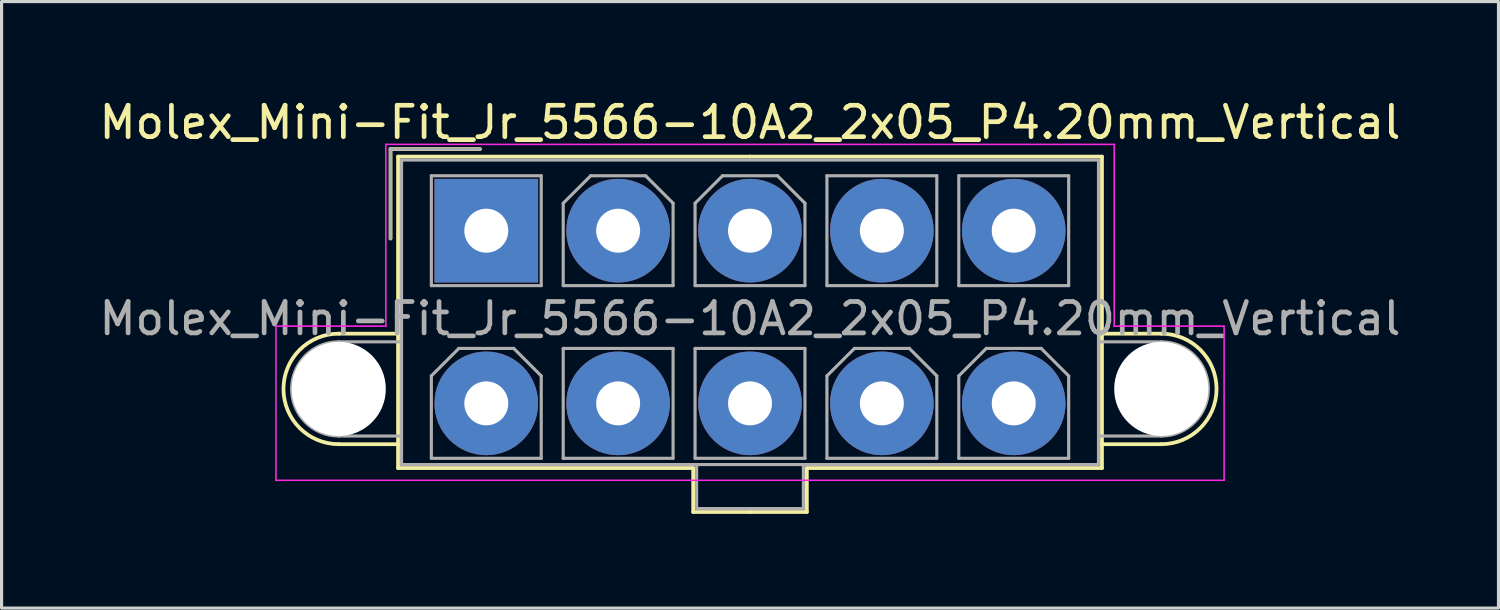
<source format=kicad_pcb>
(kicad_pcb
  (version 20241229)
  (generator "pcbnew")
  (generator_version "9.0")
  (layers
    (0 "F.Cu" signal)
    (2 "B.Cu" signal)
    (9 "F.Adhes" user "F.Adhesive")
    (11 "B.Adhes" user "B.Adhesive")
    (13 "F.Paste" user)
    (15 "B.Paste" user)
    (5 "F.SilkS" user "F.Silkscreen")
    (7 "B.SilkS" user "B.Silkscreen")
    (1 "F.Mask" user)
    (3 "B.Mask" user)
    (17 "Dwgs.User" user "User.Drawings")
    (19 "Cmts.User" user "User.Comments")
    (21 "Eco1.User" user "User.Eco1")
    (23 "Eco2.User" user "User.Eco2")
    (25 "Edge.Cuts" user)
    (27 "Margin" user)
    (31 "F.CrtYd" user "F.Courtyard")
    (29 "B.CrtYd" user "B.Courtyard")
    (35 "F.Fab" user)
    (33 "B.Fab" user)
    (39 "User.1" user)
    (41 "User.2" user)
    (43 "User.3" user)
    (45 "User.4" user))
  (footprint "Molex_Mini-Fit_Jr_5566-10A2_2x05_P4.20mm_Vertical"
    (layer "F.Cu")
    (at 12.439 4.298)
    (property "Reference" "Molex_Mini-Fit_Jr_5566-10A2_2x05_P4.20mm_Vertical" (at 8.4 -3.45 0) (layer "F.SilkS") (effects (font (size 1 1) (thickness 0.15))))
    (attr through_hole)
    (fp_line (start -4.7 3.28) (end -2.81 3.28) (stroke (width 0.12) (type solid)) (layer "F.SilkS"))
    (fp_line (start -4.7 6.8) (end -2.81 6.8) (stroke (width 0.12) (type solid)) (layer "F.SilkS"))
    (fp_line (start -3.05 -2.6) (end -3.05 0.25) (stroke (width 0.12) (type solid)) (layer "F.SilkS"))
    (fp_line (start -2.81 -2.36) (end -2.81 7.56) (stroke (width 0.12) (type solid)) (layer "F.SilkS"))
    (fp_line (start -2.81 7.56) (end 6.59 7.56) (stroke (width 0.12) (type solid)) (layer "F.SilkS"))
    (fp_line (start -0.2 -2.6) (end -3.05 -2.6) (stroke (width 0.12) (type solid)) (layer "F.SilkS"))
    (fp_line (start 6.59 7.56) (end 6.59 8.96) (stroke (width 0.12) (type solid)) (layer "F.SilkS"))
    (fp_line (start 6.59 8.96) (end 8.4 8.96) (stroke (width 0.12) (type solid)) (layer "F.SilkS"))
    (fp_line (start 8.4 -2.36) (end -2.81 -2.36) (stroke (width 0.12) (type solid)) (layer "F.SilkS"))
    (fp_line (start 8.4 -2.36) (end 19.61 -2.36) (stroke (width 0.12) (type solid)) (layer "F.SilkS"))
    (fp_line (start 10.21 7.56) (end 10.21 8.96) (stroke (width 0.12) (type solid)) (layer "F.SilkS"))
    (fp_line (start 10.21 8.96) (end 8.4 8.96) (stroke (width 0.12) (type solid)) (layer "F.SilkS"))
    (fp_line (start 19.61 -2.36) (end 19.61 7.56) (stroke (width 0.12) (type solid)) (layer "F.SilkS"))
    (fp_line (start 19.61 7.56) (end 10.21 7.56) (stroke (width 0.12) (type solid)) (layer "F.SilkS"))
    (fp_line (start 21.5 3.28) (end 19.61 3.28) (stroke (width 0.12) (type solid)) (layer "F.SilkS"))
    (fp_line (start 21.5 6.8) (end 19.61 6.8) (stroke (width 0.12) (type solid)) (layer "F.SilkS"))
    (fp_arc (start -4.7 6.8) (mid -6.46 5.04) (end -4.7 3.28) (stroke (width 0.12) (type solid)) (layer "F.SilkS"))
    (fp_arc (start 21.5 3.28) (mid 23.26 5.04) (end 21.5 6.8) (stroke (width 0.12) (type solid)) (layer "F.SilkS"))
    (fp_line (start -6.7 3.04) (end -6.7 7.95) (stroke (width 0.05) (type solid)) (layer "F.CrtYd"))
    (fp_line (start -6.7 7.95) (end 23.5 7.95) (stroke (width 0.05) (type solid)) (layer "F.CrtYd"))
    (fp_line (start -3.2 -2.75) (end -3.2 3.04) (stroke (width 0.05) (type solid)) (layer "F.CrtYd"))
    (fp_line (start -3.2 3.04) (end -6.7 3.04) (stroke (width 0.05) (type solid)) (layer "F.CrtYd"))
    (fp_line (start 20 -2.75) (end -3.2 -2.75) (stroke (width 0.05) (type solid)) (layer "F.CrtYd"))
    (fp_line (start 20 3.04) (end 20 -2.75) (stroke (width 0.05) (type solid)) (layer "F.CrtYd"))
    (fp_line (start 23.5 3.04) (end 20 3.04) (stroke (width 0.05) (type solid)) (layer "F.CrtYd"))
    (fp_line (start 23.5 7.95) (end 23.5 3.04) (stroke (width 0.05) (type solid)) (layer "F.CrtYd"))
    (fp_line (start -4.7 3.54) (end -2.7 3.54) (stroke (width 0.1) (type solid)) (layer "F.Fab"))
    (fp_line (start -4.7 6.54) (end -2.7 6.54) (stroke (width 0.1) (type solid)) (layer "F.Fab"))
    (fp_line (start -3.05 -2.6) (end -3.05 0.25) (stroke (width 0.1) (type solid)) (layer "F.Fab"))
    (fp_line (start -2.7 -2.25) (end -2.7 7.45) (stroke (width 0.1) (type solid)) (layer "F.Fab"))
    (fp_line (start -2.7 7.45) (end 19.5 7.45) (stroke (width 0.1) (type solid)) (layer "F.Fab"))
    (fp_line (start -1.75 -1.75) (end -1.75 1.75) (stroke (width 0.1) (type solid)) (layer "F.Fab"))
    (fp_line (start -1.75 1.75) (end 1.75 1.75) (stroke (width 0.1) (type solid)) (layer "F.Fab"))
    (fp_line (start -1.75 4.625) (end -0.875 3.75) (stroke (width 0.1) (type solid)) (layer "F.Fab"))
    (fp_line (start -1.75 7.25) (end -1.75 4.625) (stroke (width 0.1) (type solid)) (layer "F.Fab"))
    (fp_line (start -0.875 3.75) (end 0.875 3.75) (stroke (width 0.1) (type solid)) (layer "F.Fab"))
    (fp_line (start -0.2 -2.6) (end -3.05 -2.6) (stroke (width 0.1) (type solid)) (layer "F.Fab"))
    (fp_line (start 0.875 3.75) (end 1.75 4.625) (stroke (width 0.1) (type solid)) (layer "F.Fab"))
    (fp_line (start 1.75 -1.75) (end -1.75 -1.75) (stroke (width 0.1) (type solid)) (layer "F.Fab"))
    (fp_line (start 1.75 1.75) (end 1.75 -1.75) (stroke (width 0.1) (type solid)) (layer "F.Fab"))
    (fp_line (start 1.75 4.625) (end 1.75 7.25) (stroke (width 0.1) (type solid)) (layer "F.Fab"))
    (fp_line (start 1.75 7.25) (end -1.75 7.25) (stroke (width 0.1) (type solid)) (layer "F.Fab"))
    (fp_line (start 2.45 -0.875) (end 3.325 -1.75) (stroke (width 0.1) (type solid)) (layer "F.Fab"))
    (fp_line (start 2.45 1.75) (end 2.45 -0.875) (stroke (width 0.1) (type solid)) (layer "F.Fab"))
    (fp_line (start 2.45 3.75) (end 2.45 7.25) (stroke (width 0.1) (type solid)) (layer "F.Fab"))
    (fp_line (start 2.45 7.25) (end 5.95 7.25) (stroke (width 0.1) (type solid)) (layer "F.Fab"))
    (fp_line (start 3.325 -1.75) (end 5.075 -1.75) (stroke (width 0.1) (type solid)) (layer "F.Fab"))
    (fp_line (start 5.075 -1.75) (end 5.95 -0.875) (stroke (width 0.1) (type solid)) (layer "F.Fab"))
    (fp_line (start 5.95 -0.875) (end 5.95 1.75) (stroke (width 0.1) (type solid)) (layer "F.Fab"))
    (fp_line (start 5.95 1.75) (end 2.45 1.75) (stroke (width 0.1) (type solid)) (layer "F.Fab"))
    (fp_line (start 5.95 3.75) (end 2.45 3.75) (stroke (width 0.1) (type solid)) (layer "F.Fab"))
    (fp_line (start 5.95 7.25) (end 5.95 3.75) (stroke (width 0.1) (type solid)) (layer "F.Fab"))
    (fp_line (start 6.65 -0.875) (end 7.525 -1.75) (stroke (width 0.1) (type solid)) (layer "F.Fab"))
    (fp_line (start 6.65 1.75) (end 6.65 -0.875) (stroke (width 0.1) (type solid)) (layer "F.Fab"))
    (fp_line (start 6.65 3.75) (end 6.65 7.25) (stroke (width 0.1) (type solid)) (layer "F.Fab"))
    (fp_line (start 6.65 7.25) (end 10.15 7.25) (stroke (width 0.1) (type solid)) (layer "F.Fab"))
    (fp_line (start 6.7 7.45) (end 6.7 8.85) (stroke (width 0.1) (type solid)) (layer "F.Fab"))
    (fp_line (start 6.7 8.85) (end 10.1 8.85) (stroke (width 0.1) (type solid)) (layer "F.Fab"))
    (fp_line (start 7.525 -1.75) (end 9.275 -1.75) (stroke (width 0.1) (type solid)) (layer "F.Fab"))
    (fp_line (start 9.275 -1.75) (end 10.15 -0.875) (stroke (width 0.1) (type solid)) (layer "F.Fab"))
    (fp_line (start 10.1 8.85) (end 10.1 7.45) (stroke (width 0.1) (type solid)) (layer "F.Fab"))
    (fp_line (start 10.15 -0.875) (end 10.15 1.75) (stroke (width 0.1) (type solid)) (layer "F.Fab"))
    (fp_line (start 10.15 1.75) (end 6.65 1.75) (stroke (width 0.1) (type solid)) (layer "F.Fab"))
    (fp_line (start 10.15 3.75) (end 6.65 3.75) (stroke (width 0.1) (type solid)) (layer "F.Fab"))
    (fp_line (start 10.15 7.25) (end 10.15 3.75) (stroke (width 0.1) (type solid)) (layer "F.Fab"))
    (fp_line (start 10.85 -1.75) (end 10.85 1.75) (stroke (width 0.1) (type solid)) (layer "F.Fab"))
    (fp_line (start 10.85 1.75) (end 14.35 1.75) (stroke (width 0.1) (type solid)) (layer "F.Fab"))
    (fp_line (start 10.85 4.625) (end 11.725 3.75) (stroke (width 0.1) (type solid)) (layer "F.Fab"))
    (fp_line (start 10.85 7.25) (end 10.85 4.625) (stroke (width 0.1) (type solid)) (layer "F.Fab"))
    (fp_line (start 11.725 3.75) (end 13.475 3.75) (stroke (width 0.1) (type solid)) (layer "F.Fab"))
    (fp_line (start 13.475 3.75) (end 14.35 4.625) (stroke (width 0.1) (type solid)) (layer "F.Fab"))
    (fp_line (start 14.35 -1.75) (end 10.85 -1.75) (stroke (width 0.1) (type solid)) (layer "F.Fab"))
    (fp_line (start 14.35 1.75) (end 14.35 -1.75) (stroke (width 0.1) (type solid)) (layer "F.Fab"))
    (fp_line (start 14.35 4.625) (end 14.35 7.25) (stroke (width 0.1) (type solid)) (layer "F.Fab"))
    (fp_line (start 14.35 7.25) (end 10.85 7.25) (stroke (width 0.1) (type solid)) (layer "F.Fab"))
    (fp_line (start 15.05 -1.75) (end 15.05 1.75) (stroke (width 0.1) (type solid)) (layer "F.Fab"))
    (fp_line (start 15.05 1.75) (end 18.55 1.75) (stroke (width 0.1) (type solid)) (layer "F.Fab"))
    (fp_line (start 15.05 4.625) (end 15.925 3.75) (stroke (width 0.1) (type solid)) (layer "F.Fab"))
    (fp_line (start 15.05 7.25) (end 15.05 4.625) (stroke (width 0.1) (type solid)) (layer "F.Fab"))
    (fp_line (start 15.925 3.75) (end 17.675 3.75) (stroke (width 0.1) (type solid)) (layer "F.Fab"))
    (fp_line (start 17.675 3.75) (end 18.55 4.625) (stroke (width 0.1) (type solid)) (layer "F.Fab"))
    (fp_line (start 18.55 -1.75) (end 15.05 -1.75) (stroke (width 0.1) (type solid)) (layer "F.Fab"))
    (fp_line (start 18.55 1.75) (end 18.55 -1.75) (stroke (width 0.1) (type solid)) (layer "F.Fab"))
    (fp_line (start 18.55 4.625) (end 18.55 7.25) (stroke (width 0.1) (type solid)) (layer "F.Fab"))
    (fp_line (start 18.55 7.25) (end 15.05 7.25) (stroke (width 0.1) (type solid)) (layer "F.Fab"))
    (fp_line (start 19.5 -2.25) (end -2.7 -2.25) (stroke (width 0.1) (type solid)) (layer "F.Fab"))
    (fp_line (start 19.5 7.45) (end 19.5 -2.25) (stroke (width 0.1) (type solid)) (layer "F.Fab"))
    (fp_line (start 21.5 3.54) (end 19.5 3.54) (stroke (width 0.1) (type solid)) (layer "F.Fab"))
    (fp_line (start 21.5 6.54) (end 19.5 6.54) (stroke (width 0.1) (type solid)) (layer "F.Fab"))
    (fp_arc (start -4.7 6.54) (mid -6.2 5.04) (end -4.7 3.54) (stroke (width 0.1) (type solid)) (layer "F.Fab"))
    (fp_arc (start 21.5 3.54) (mid 23 5.04) (end 21.5 6.54) (stroke (width 0.1) (type solid)) (layer "F.Fab"))
    (fp_text user "${REFERENCE}" (at 8.4 2.8 0) (layer "F.Fab") (effects (font (size 1 1) (thickness 0.15))))
    (pad "" np_thru_hole circle (at -4.7 5.04) (size 3 3) (drill 3) (layers "*.Cu" "*.Mask"))
    (pad "" np_thru_hole circle (at 21.5 5.04) (size 3 3) (drill 3) (layers "*.Cu" "*.Mask"))
    (pad "1" thru_hole rect (at 0 0) (size 3.3 3.3) (drill 1.4) (layers "*.Cu" "*.Mask"))
    (pad "2" thru_hole circle (at 4.2 0) (size 3.3 3.3) (drill 1.4) (layers "*.Cu" "*.Mask"))
    (pad "3" thru_hole circle (at 8.4 0) (size 3.3 3.3) (drill 1.4) (layers "*.Cu" "*.Mask"))
    (pad "4" thru_hole circle (at 12.6 0) (size 3.3 3.3) (drill 1.4) (layers "*.Cu" "*.Mask"))
    (pad "5" thru_hole circle (at 16.8 0) (size 3.3 3.3) (drill 1.4) (layers "*.Cu" "*.Mask"))
    (pad "6" thru_hole circle (at 0 5.5) (size 3.3 3.3) (drill 1.4) (layers "*.Cu" "*.Mask"))
    (pad "7" thru_hole circle (at 4.2 5.5) (size 3.3 3.3) (drill 1.4) (layers "*.Cu" "*.Mask"))
    (pad "8" thru_hole circle (at 8.4 5.5) (size 3.3 3.3) (drill 1.4) (layers "*.Cu" "*.Mask"))
    (pad "9" thru_hole circle (at 12.6 5.5) (size 3.3 3.3) (drill 1.4) (layers "*.Cu" "*.Mask"))
    (pad "10" thru_hole circle (at 16.8 5.5) (size 3.3 3.3) (drill 1.4) (layers "*.Cu" "*.Mask")))
  (gr_rect
    (start -3 -3)
    (end 44.679 16.318)
    (stroke (width 0.1) (type default))
    (fill no)
    (layer "Edge.Cuts")))
</source>
